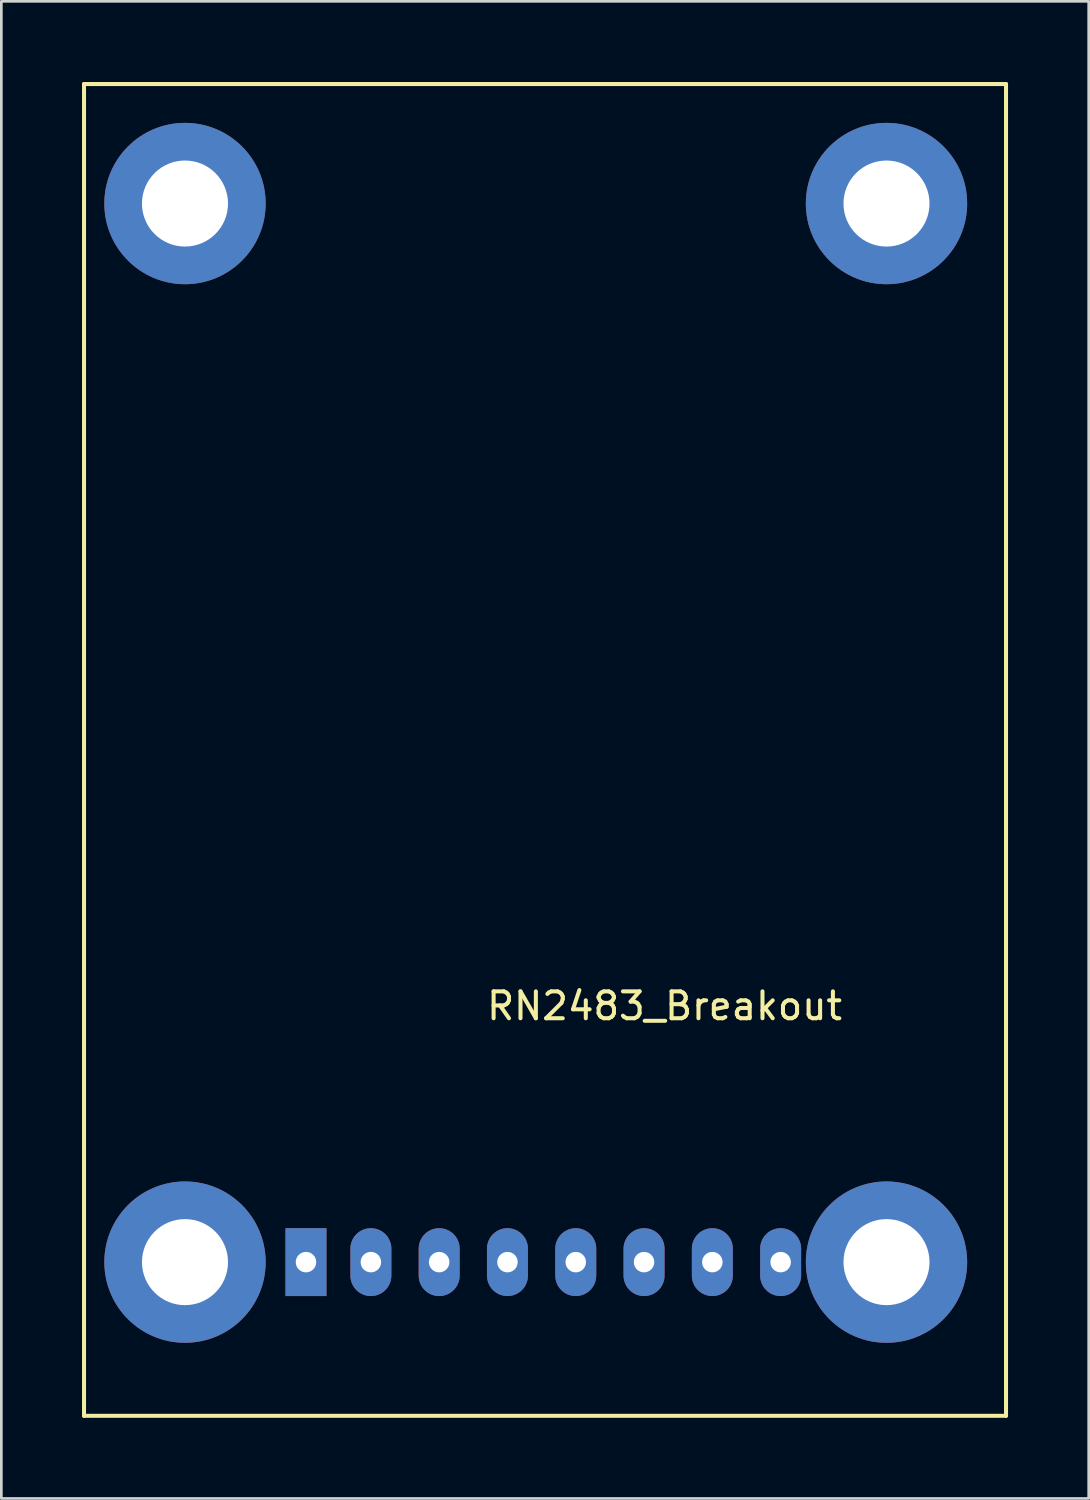
<source format=kicad_pcb>
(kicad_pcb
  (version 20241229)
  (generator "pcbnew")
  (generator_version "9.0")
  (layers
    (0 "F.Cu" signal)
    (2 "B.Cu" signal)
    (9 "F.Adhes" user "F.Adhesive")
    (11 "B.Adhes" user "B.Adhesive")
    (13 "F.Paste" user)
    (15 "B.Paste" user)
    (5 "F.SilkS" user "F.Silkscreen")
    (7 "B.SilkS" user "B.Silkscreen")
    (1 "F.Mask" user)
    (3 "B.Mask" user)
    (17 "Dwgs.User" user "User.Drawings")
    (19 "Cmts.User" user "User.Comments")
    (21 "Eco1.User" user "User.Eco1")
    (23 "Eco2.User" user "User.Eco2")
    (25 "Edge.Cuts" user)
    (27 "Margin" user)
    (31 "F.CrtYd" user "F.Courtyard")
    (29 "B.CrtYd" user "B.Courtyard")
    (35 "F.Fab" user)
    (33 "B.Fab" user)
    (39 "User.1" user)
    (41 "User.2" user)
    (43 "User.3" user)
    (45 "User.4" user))
  (footprint "RN2483_Breakout"
    (layer "F.Cu")
    (at 8.33 43.89)
    (property "Reference" "RN2483_Breakout" (at 13.335 -9.525 0) (layer "F.SilkS") (effects (font (size 1 1) (thickness 0.15))))
    (attr through_hole)
    (fp_line (start -8.255 -43.815) (end -8.255 5.715) (stroke (width 0.15) (type solid)) (layer "F.SilkS"))
    (fp_line (start -8.255 5.715) (end 26.035 5.715) (stroke (width 0.15) (type solid)) (layer "F.SilkS"))
    (fp_line (start 26.035 -43.815) (end -8.255 -43.815) (stroke (width 0.15) (type solid)) (layer "F.SilkS"))
    (fp_line (start 26.035 5.715) (end 26.035 -43.815) (stroke (width 0.15) (type solid)) (layer "F.SilkS"))
    (pad "" np_thru_hole circle (at -4.5 -39.37) (size 6 6) (drill 3.2) (layers "*.Cu" "*.Mask"))
    (pad "" np_thru_hole circle (at -4.5 0) (size 6 6) (drill 3.2) (layers "*.Cu" "*.Mask"))
    (pad "" np_thru_hole circle (at 21.59 -39.37) (size 6 6) (drill 3.2) (layers "*.Cu" "*.Mask"))
    (pad "" np_thru_hole circle (at 21.59 0) (size 6 6) (drill 3.2) (layers "*.Cu" "*.Mask"))
    (pad "1" thru_hole rect (at 0 0) (size 1.524 2.524) (drill 0.762) (layers "*.Cu" "*.Mask"))
    (pad "2" thru_hole oval (at 2.413 0) (size 1.524 2.524) (drill 0.762) (layers "*.Cu" "*.Mask"))
    (pad "3" thru_hole oval (at 4.953 0) (size 1.524 2.524) (drill 0.762) (layers "*.Cu" "*.Mask"))
    (pad "4" thru_hole oval (at 7.493 0) (size 1.524 2.524) (drill 0.762) (layers "*.Cu" "*.Mask"))
    (pad "5" thru_hole oval (at 10.033 0) (size 1.524 2.524) (drill 0.762) (layers "*.Cu" "*.Mask"))
    (pad "6" thru_hole oval (at 12.573 0) (size 1.524 2.524) (drill 0.762) (layers "*.Cu" "*.Mask"))
    (pad "7" thru_hole oval (at 15.113 0) (size 1.524 2.524) (drill 0.762) (layers "*.Cu" "*.Mask"))
    (pad "8" thru_hole oval (at 17.653 0) (size 1.524 2.524) (drill 0.762) (layers "*.Cu" "*.Mask")))
  (gr_rect
    (start -3 -3)
    (end 37.44 52.68)
    (stroke (width 0.1) (type default))
    (fill no)
    (layer "Edge.Cuts")))
</source>
